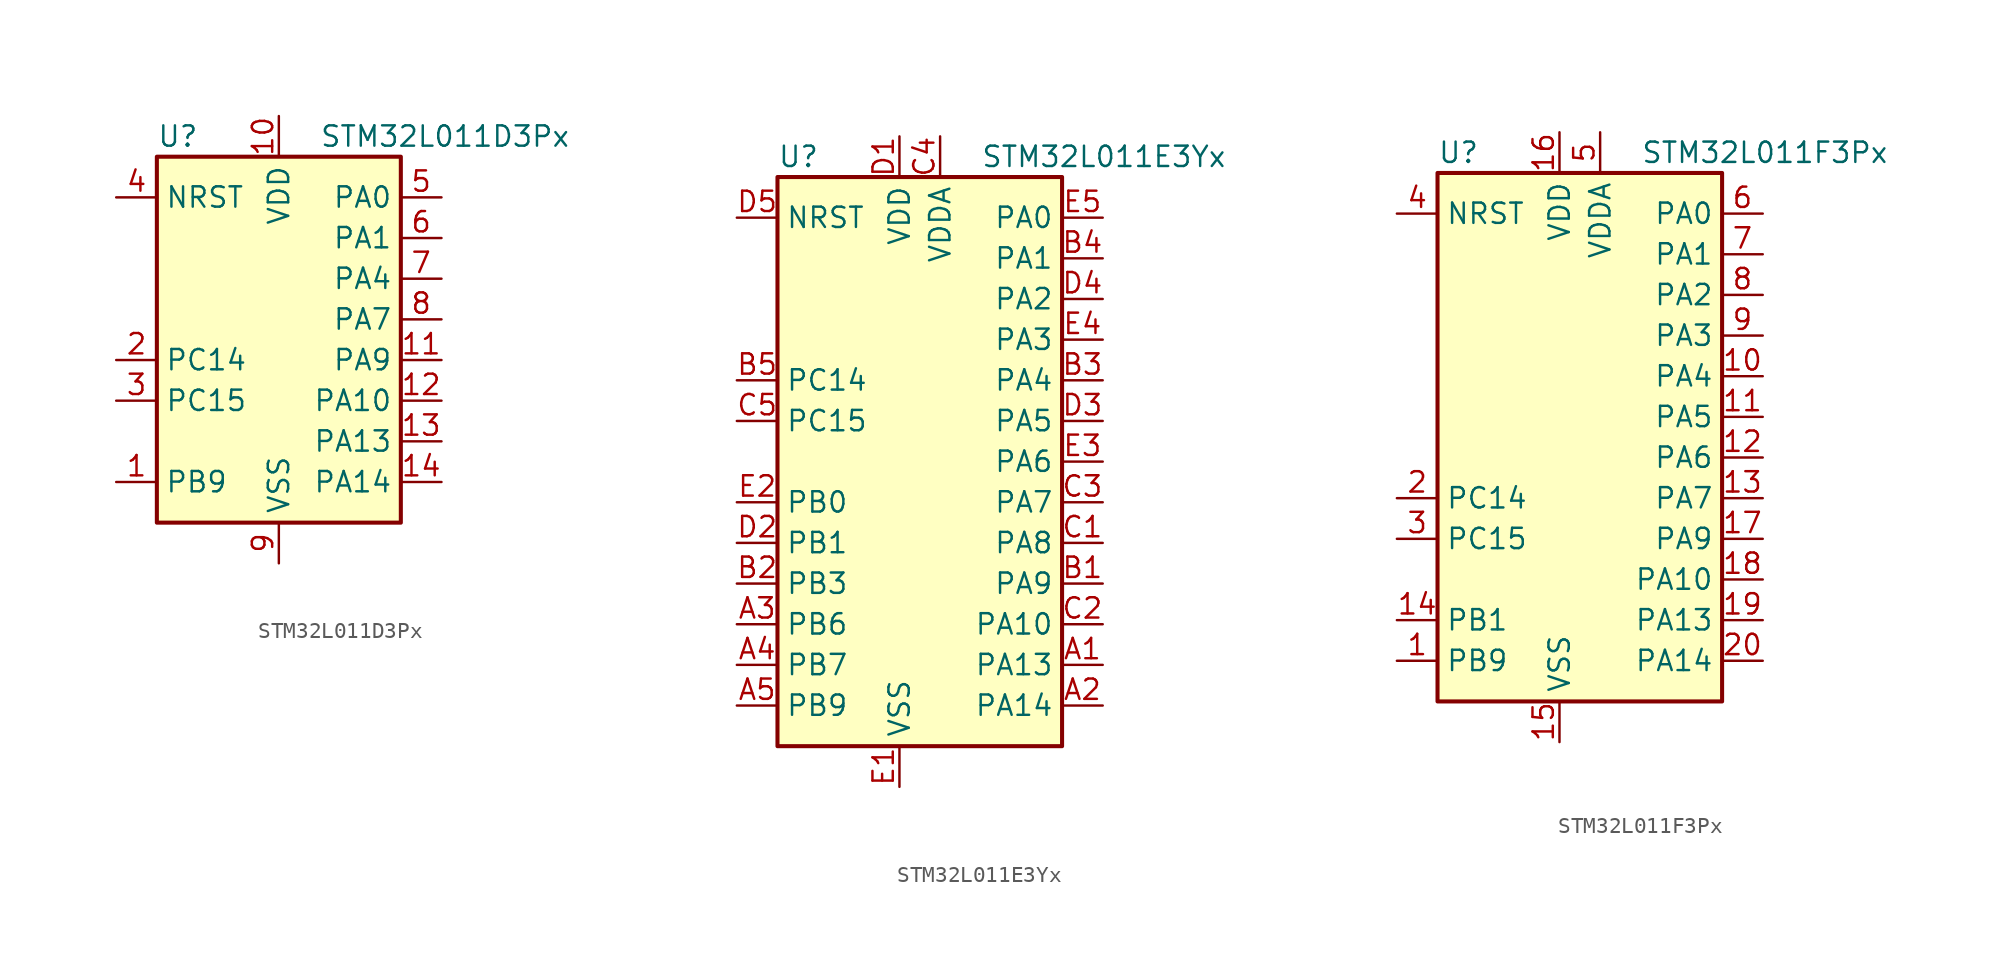
<source format=kicad_sym>
(kicad_symbol_lib
  (version 20211014)
  (generator kicad_symbol_editor)
  (symbol "STM32L011D3Px"
    (property "Reference" "U"
      (at -7.62 11.43 0)
      (effects (font (size 1.27 1.27)) (justify left)))
    (property "Value" "STM32L011D3Px"
      (at 2.54 11.43 0)
      (effects (font (size 1.27 1.27)) (justify left)))
    (symbol "STM32L011D3Px_0_1"
      (rectangle (start -7.62 -12.7) (end 7.62 10.16) (stroke (width 0.254) (type default) (color 0 0 0 0)) (fill (type background))))
    (symbol "STM32L011D3Px_1_1"
      (pin bidirectional line (at -10.16 -10.16 0) (length 2.54) (name "PB9" (effects (font (size 1.27 1.27)))) (number "1" (effects (font (size 1.27 1.27)))))
      (pin power_in line (at 0 12.7 270) (length 2.54) (name "VDD" (effects (font (size 1.27 1.27)))) (number "10" (effects (font (size 1.27 1.27)))))
      (pin bidirectional line (at 10.16 -2.54 180) (length 2.54) (name "PA9" (effects (font (size 1.27 1.27)))) (number "11" (effects (font (size 1.27 1.27)))))
      (pin bidirectional line (at 10.16 -5.08 180) (length 2.54) (name "PA10" (effects (font (size 1.27 1.27)))) (number "12" (effects (font (size 1.27 1.27)))))
      (pin bidirectional line (at 10.16 -7.62 180) (length 2.54) (name "PA13" (effects (font (size 1.27 1.27)))) (number "13" (effects (font (size 1.27 1.27)))))
      (pin bidirectional line (at 10.16 -10.16 180) (length 2.54) (name "PA14" (effects (font (size 1.27 1.27)))) (number "14" (effects (font (size 1.27 1.27)))))
      (pin bidirectional line (at -10.16 -2.54 0) (length 2.54) (name "PC14" (effects (font (size 1.27 1.27)))) (number "2" (effects (font (size 1.27 1.27)))))
      (pin bidirectional line (at -10.16 -5.08 0) (length 2.54) (name "PC15" (effects (font (size 1.27 1.27)))) (number "3" (effects (font (size 1.27 1.27)))))
      (pin input line (at -10.16 7.62 0) (length 2.54) (name "NRST" (effects (font (size 1.27 1.27)))) (number "4" (effects (font (size 1.27 1.27)))))
      (pin bidirectional line (at 10.16 7.62 180) (length 2.54) (name "PA0" (effects (font (size 1.27 1.27)))) (number "5" (effects (font (size 1.27 1.27)))))
      (pin bidirectional line (at 10.16 5.08 180) (length 2.54) (name "PA1" (effects (font (size 1.27 1.27)))) (number "6" (effects (font (size 1.27 1.27)))))
      (pin bidirectional line (at 10.16 2.54 180) (length 2.54) (name "PA4" (effects (font (size 1.27 1.27)))) (number "7" (effects (font (size 1.27 1.27)))))
      (pin bidirectional line (at 10.16 0 180) (length 2.54) (name "PA7" (effects (font (size 1.27 1.27)))) (number "8" (effects (font (size 1.27 1.27)))))
      (pin power_in line (at 0 -15.24 90) (length 2.54) (name "VSS" (effects (font (size 1.27 1.27)))) (number "9" (effects (font (size 1.27 1.27)))))))
  (symbol "STM32L011E3Yx"
    (property "Reference" "U"
      (at -10.16 19.05 0)
      (effects (font (size 1.27 1.27)) (justify left)))
    (property "Value" "STM32L011E3Yx"
      (at 2.54 19.05 0)
      (effects (font (size 1.27 1.27)) (justify left)))
    (symbol "STM32L011E3Yx_0_1"
      (rectangle (start -10.16 -17.78) (end 7.62 17.78) (stroke (width 0.254) (type default) (color 0 0 0 0)) (fill (type background))))
    (symbol "STM32L011E3Yx_1_1"
      (pin bidirectional line (at 10.16 -12.7 180) (length 2.54) (name "PA13" (effects (font (size 1.27 1.27)))) (number "A1" (effects (font (size 1.27 1.27)))))
      (pin bidirectional line (at 10.16 -15.24 180) (length 2.54) (name "PA14" (effects (font (size 1.27 1.27)))) (number "A2" (effects (font (size 1.27 1.27)))))
      (pin bidirectional line (at -12.7 -10.16 0) (length 2.54) (name "PB6" (effects (font (size 1.27 1.27)))) (number "A3" (effects (font (size 1.27 1.27)))))
      (pin bidirectional line (at -12.7 -12.7 0) (length 2.54) (name "PB7" (effects (font (size 1.27 1.27)))) (number "A4" (effects (font (size 1.27 1.27)))))
      (pin bidirectional line (at -12.7 -15.24 0) (length 2.54) (name "PB9" (effects (font (size 1.27 1.27)))) (number "A5" (effects (font (size 1.27 1.27)))))
      (pin bidirectional line (at 10.16 -7.62 180) (length 2.54) (name "PA9" (effects (font (size 1.27 1.27)))) (number "B1" (effects (font (size 1.27 1.27)))))
      (pin bidirectional line (at -12.7 -7.62 0) (length 2.54) (name "PB3" (effects (font (size 1.27 1.27)))) (number "B2" (effects (font (size 1.27 1.27)))))
      (pin bidirectional line (at 10.16 5.08 180) (length 2.54) (name "PA4" (effects (font (size 1.27 1.27)))) (number "B3" (effects (font (size 1.27 1.27)))))
      (pin bidirectional line (at 10.16 12.7 180) (length 2.54) (name "PA1" (effects (font (size 1.27 1.27)))) (number "B4" (effects (font (size 1.27 1.27)))))
      (pin bidirectional line (at -12.7 5.08 0) (length 2.54) (name "PC14" (effects (font (size 1.27 1.27)))) (number "B5" (effects (font (size 1.27 1.27)))))
      (pin bidirectional line (at 10.16 -5.08 180) (length 2.54) (name "PA8" (effects (font (size 1.27 1.27)))) (number "C1" (effects (font (size 1.27 1.27)))))
      (pin bidirectional line (at 10.16 -10.16 180) (length 2.54) (name "PA10" (effects (font (size 1.27 1.27)))) (number "C2" (effects (font (size 1.27 1.27)))))
      (pin bidirectional line (at 10.16 -2.54 180) (length 2.54) (name "PA7" (effects (font (size 1.27 1.27)))) (number "C3" (effects (font (size 1.27 1.27)))))
      (pin power_in line (at 0 20.32 270) (length 2.54) (name "VDDA" (effects (font (size 1.27 1.27)))) (number "C4" (effects (font (size 1.27 1.27)))))
      (pin bidirectional line (at -12.7 2.54 0) (length 2.54) (name "PC15" (effects (font (size 1.27 1.27)))) (number "C5" (effects (font (size 1.27 1.27)))))
      (pin power_in line (at -2.54 20.32 270) (length 2.54) (name "VDD" (effects (font (size 1.27 1.27)))) (number "D1" (effects (font (size 1.27 1.27)))))
      (pin bidirectional line (at -12.7 -5.08 0) (length 2.54) (name "PB1" (effects (font (size 1.27 1.27)))) (number "D2" (effects (font (size 1.27 1.27)))))
      (pin bidirectional line (at 10.16 2.54 180) (length 2.54) (name "PA5" (effects (font (size 1.27 1.27)))) (number "D3" (effects (font (size 1.27 1.27)))))
      (pin bidirectional line (at 10.16 10.16 180) (length 2.54) (name "PA2" (effects (font (size 1.27 1.27)))) (number "D4" (effects (font (size 1.27 1.27)))))
      (pin input line (at -12.7 15.24 0) (length 2.54) (name "NRST" (effects (font (size 1.27 1.27)))) (number "D5" (effects (font (size 1.27 1.27)))))
      (pin power_in line (at -2.54 -20.32 90) (length 2.54) (name "VSS" (effects (font (size 1.27 1.27)))) (number "E1" (effects (font (size 1.27 1.27)))))
      (pin bidirectional line (at -12.7 -2.54 0) (length 2.54) (name "PB0" (effects (font (size 1.27 1.27)))) (number "E2" (effects (font (size 1.27 1.27)))))
      (pin bidirectional line (at 10.16 0 180) (length 2.54) (name "PA6" (effects (font (size 1.27 1.27)))) (number "E3" (effects (font (size 1.27 1.27)))))
      (pin bidirectional line (at 10.16 7.62 180) (length 2.54) (name "PA3" (effects (font (size 1.27 1.27)))) (number "E4" (effects (font (size 1.27 1.27)))))
      (pin bidirectional line (at 10.16 15.24 180) (length 2.54) (name "PA0" (effects (font (size 1.27 1.27)))) (number "E5" (effects (font (size 1.27 1.27)))))))
  (symbol "STM32L011F3Px"
    (property "Reference" "U"
      (at -10.16 16.51 0)
      (effects (font (size 1.27 1.27)) (justify left)))
    (property "Value" "STM32L011F3Px"
      (at 2.54 16.51 0)
      (effects (font (size 1.27 1.27)) (justify left)))
    (symbol "STM32L011F3Px_0_1"
      (rectangle (start -10.16 -17.78) (end 7.62 15.24) (stroke (width 0.254) (type default) (color 0 0 0 0)) (fill (type background))))
    (symbol "STM32L011F3Px_1_1"
      (pin bidirectional line (at -12.7 -15.24 0) (length 2.54) (name "PB9" (effects (font (size 1.27 1.27)))) (number "1" (effects (font (size 1.27 1.27)))))
      (pin bidirectional line (at 10.16 2.54 180) (length 2.54) (name "PA4" (effects (font (size 1.27 1.27)))) (number "10" (effects (font (size 1.27 1.27)))))
      (pin bidirectional line (at 10.16 0 180) (length 2.54) (name "PA5" (effects (font (size 1.27 1.27)))) (number "11" (effects (font (size 1.27 1.27)))))
      (pin bidirectional line (at 10.16 -2.54 180) (length 2.54) (name "PA6" (effects (font (size 1.27 1.27)))) (number "12" (effects (font (size 1.27 1.27)))))
      (pin bidirectional line (at 10.16 -5.08 180) (length 2.54) (name "PA7" (effects (font (size 1.27 1.27)))) (number "13" (effects (font (size 1.27 1.27)))))
      (pin bidirectional line (at -12.7 -12.7 0) (length 2.54) (name "PB1" (effects (font (size 1.27 1.27)))) (number "14" (effects (font (size 1.27 1.27)))))
      (pin power_in line (at -2.54 -20.32 90) (length 2.54) (name "VSS" (effects (font (size 1.27 1.27)))) (number "15" (effects (font (size 1.27 1.27)))))
      (pin power_in line (at -2.54 17.78 270) (length 2.54) (name "VDD" (effects (font (size 1.27 1.27)))) (number "16" (effects (font (size 1.27 1.27)))))
      (pin bidirectional line (at 10.16 -7.62 180) (length 2.54) (name "PA9" (effects (font (size 1.27 1.27)))) (number "17" (effects (font (size 1.27 1.27)))))
      (pin bidirectional line (at 10.16 -10.16 180) (length 2.54) (name "PA10" (effects (font (size 1.27 1.27)))) (number "18" (effects (font (size 1.27 1.27)))))
      (pin bidirectional line (at 10.16 -12.7 180) (length 2.54) (name "PA13" (effects (font (size 1.27 1.27)))) (number "19" (effects (font (size 1.27 1.27)))))
      (pin bidirectional line (at -12.7 -5.08 0) (length 2.54) (name "PC14" (effects (font (size 1.27 1.27)))) (number "2" (effects (font (size 1.27 1.27)))))
      (pin bidirectional line (at 10.16 -15.24 180) (length 2.54) (name "PA14" (effects (font (size 1.27 1.27)))) (number "20" (effects (font (size 1.27 1.27)))))
      (pin bidirectional line (at -12.7 -7.62 0) (length 2.54) (name "PC15" (effects (font (size 1.27 1.27)))) (number "3" (effects (font (size 1.27 1.27)))))
      (pin input line (at -12.7 12.7 0) (length 2.54) (name "NRST" (effects (font (size 1.27 1.27)))) (number "4" (effects (font (size 1.27 1.27)))))
      (pin power_in line (at 0 17.78 270) (length 2.54) (name "VDDA" (effects (font (size 1.27 1.27)))) (number "5" (effects (font (size 1.27 1.27)))))
      (pin bidirectional line (at 10.16 12.7 180) (length 2.54) (name "PA0" (effects (font (size 1.27 1.27)))) (number "6" (effects (font (size 1.27 1.27)))))
      (pin bidirectional line (at 10.16 10.16 180) (length 2.54) (name "PA1" (effects (font (size 1.27 1.27)))) (number "7" (effects (font (size 1.27 1.27)))))
      (pin bidirectional line (at 10.16 7.62 180) (length 2.54) (name "PA2" (effects (font (size 1.27 1.27)))) (number "8" (effects (font (size 1.27 1.27)))))
      (pin bidirectional line (at 10.16 5.08 180) (length 2.54) (name "PA3" (effects (font (size 1.27 1.27)))) (number "9" (effects (font (size 1.27 1.27))))))))
</source>
